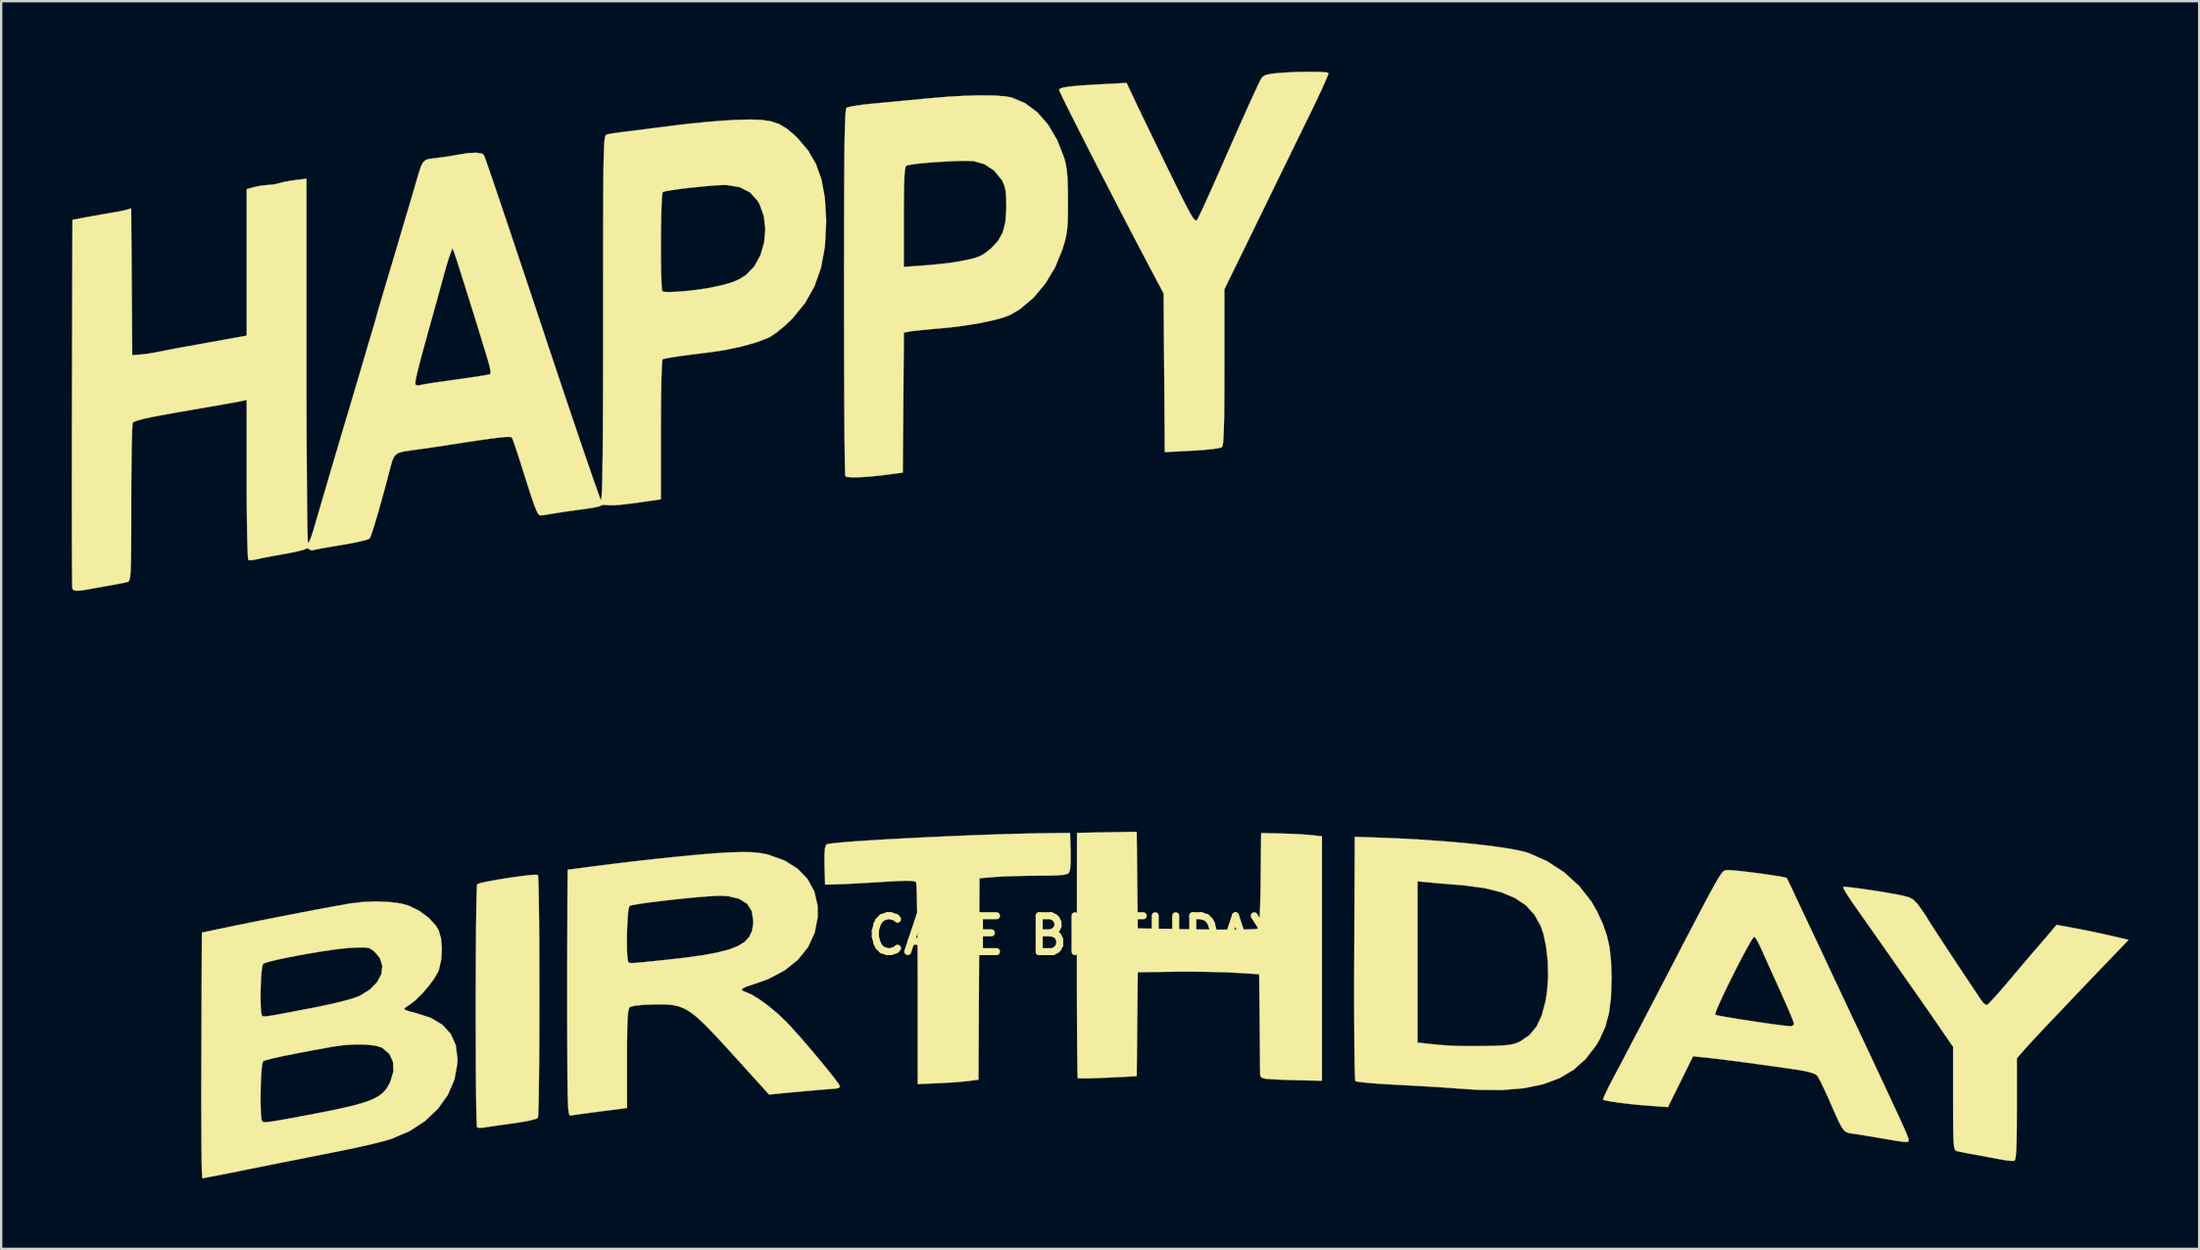
<source format=kicad_pcb>
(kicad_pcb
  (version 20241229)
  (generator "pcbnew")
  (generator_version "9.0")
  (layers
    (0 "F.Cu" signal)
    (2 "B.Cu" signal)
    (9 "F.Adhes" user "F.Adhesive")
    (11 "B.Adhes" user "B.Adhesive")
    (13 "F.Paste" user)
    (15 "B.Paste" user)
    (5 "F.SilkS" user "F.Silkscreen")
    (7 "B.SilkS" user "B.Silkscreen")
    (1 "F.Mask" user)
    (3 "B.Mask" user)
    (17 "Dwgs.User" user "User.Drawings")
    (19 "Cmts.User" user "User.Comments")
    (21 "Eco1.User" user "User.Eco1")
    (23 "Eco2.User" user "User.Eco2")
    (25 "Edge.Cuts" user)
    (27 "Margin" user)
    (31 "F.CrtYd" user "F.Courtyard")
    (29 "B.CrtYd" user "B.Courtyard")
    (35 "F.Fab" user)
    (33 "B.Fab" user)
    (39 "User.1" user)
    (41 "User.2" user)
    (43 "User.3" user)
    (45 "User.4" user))
  (footprint "CAKE BIRTHDAY"
    (layer "F.Cu")
    (at 42.662 36.738)
    (property "Reference" "CAKE BIRTHDAY" (at 0 0 0) (layer "F.SilkS") (effects (font (size 1.524 1.524) (thickness 0.3))))
    (attr through_hole)
    (fp_poly (pts (xy -22.847 -2.573) (xy -22.841 -2.571) (xy -22.828 -2.481) (xy -22.817 -2.239) (xy -22.807 -1.864) (xy -22.799 -1.373) (xy -22.792 -0.784) (xy -22.786 -0.115) (xy -22.782 0.616) (xy -22.779 1.392) (xy -22.778 2.195) (xy -22.778 3.006) (xy -22.78 3.809) (xy -22.783 4.584) (xy -22.787 5.315) (xy -22.793 5.984) (xy -22.8 6.572) (xy -22.809 7.062) (xy -22.819 7.435) (xy -22.83 7.675) (xy -22.842 7.763) (xy -22.946 7.812) (xy -23.184 7.873) (xy -23.519 7.937) (xy -23.917 7.998) (xy -23.92 7.998) (xy -24.337 8.055) (xy -24.709 8.108) (xy -24.996 8.151) (xy -25.15 8.176) (xy -25.334 8.188) (xy -25.425 8.159) (xy -25.437 8.065) (xy -25.448 7.819) (xy -25.457 7.44) (xy -25.464 6.945) (xy -25.471 6.353) (xy -25.476 5.68) (xy -25.479 4.946) (xy -25.481 4.168) (xy -25.482 3.364) (xy -25.482 2.551) (xy -25.48 1.748) (xy -25.477 0.973) (xy -25.472 0.244) (xy -25.466 -0.422) (xy -25.459 -1.007) (xy -25.451 -1.492) (xy -25.441 -1.86) (xy -25.43 -2.093) (xy -25.42 -2.172) (xy -25.321 -2.214) (xy -25.09 -2.27) (xy -24.764 -2.333) (xy -24.379 -2.4) (xy -23.971 -2.463) (xy -23.578 -2.518) (xy -23.235 -2.558) (xy -22.979 -2.579) (xy -22.847 -2.573)) (stroke (width 0.01) (type solid)) (fill yes) (layer "F.SilkS"))
    (fp_poly (pts (xy -0.187 -3.569) (xy -0.185 -3.119) (xy -0.211 -2.81) (xy -0.261 -2.658) (xy -0.343 -2.609) (xy -0.507 -2.574) (xy -0.778 -2.553) (xy -1.178 -2.542) (xy -1.564 -2.54) (xy -2.068 -2.536) (xy -2.577 -2.525) (xy -3.035 -2.508) (xy -3.385 -2.488) (xy -3.415 -2.485) (xy -4.062 -2.431) (xy -4.106 6.136) (xy -4.53 6.193) (xy -4.803 6.221) (xy -5.182 6.251) (xy -5.606 6.276) (xy -5.821 6.287) (xy -6.689 6.324) (xy -6.69 2.083) (xy -6.691 1.249) (xy -6.695 0.465) (xy -6.701 -0.251) (xy -6.709 -0.885) (xy -6.719 -1.418) (xy -6.729 -1.835) (xy -6.741 -2.119) (xy -6.754 -2.254) (xy -6.757 -2.262) (xy -6.822 -2.3) (xy -6.972 -2.321) (xy -7.228 -2.324) (xy -7.61 -2.31) (xy -8.131 -2.28) (xy -8.643 -2.248) (xy -9.148 -2.219) (xy -9.6 -2.195) (xy -9.947 -2.18) (xy -10.033 -2.177) (xy -10.626 -2.159) (xy -10.65 -2.972) (xy -10.654 -3.4) (xy -10.636 -3.68) (xy -10.593 -3.835) (xy -10.565 -3.869) (xy -10.45 -3.898) (xy -10.184 -3.93) (xy -9.784 -3.967) (xy -9.268 -4.006) (xy -8.653 -4.046) (xy -7.958 -4.088) (xy -7.2 -4.129) (xy -6.396 -4.17) (xy -5.564 -4.208) (xy -4.723 -4.244) (xy -3.89 -4.276) (xy -3.081 -4.303) (xy -2.316 -4.325) (xy -1.612 -4.34) (xy -1.397 -4.343) (xy -0.212 -4.36) (xy -0.187 -3.569)) (stroke (width 0.01) (type solid)) (fill yes) (layer "F.SilkS"))
    (fp_poly (pts (xy 2.644 -2.352) (xy 2.667 -0.296) (xy 5.165 -0.254) (xy 5.802 -0.246) (xy 6.386 -0.243) (xy 6.895 -0.245) (xy 7.307 -0.252) (xy 7.6 -0.263) (xy 7.752 -0.279) (xy 7.767 -0.284) (xy 7.803 -0.361) (xy 7.833 -0.543) (xy 7.856 -0.845) (xy 7.874 -1.28) (xy 7.887 -1.861) (xy 7.894 -2.355) (xy 7.916 -4.352) (xy 8.763 -4.333) (xy 9.186 -4.319) (xy 9.6 -4.299) (xy 9.942 -4.275) (xy 10.054 -4.264) (xy 10.499 -4.214) (xy 10.499 6.181) (xy 9.673 6.165) (xy 9.246 6.154) (xy 8.819 6.14) (xy 8.463 6.124) (xy 8.361 6.118) (xy 8.085 6.094) (xy 7.938 6.054) (xy 7.881 5.981) (xy 7.873 5.901) (xy 7.872 5.766) (xy 7.869 5.488) (xy 7.865 5.093) (xy 7.861 4.606) (xy 7.855 4.055) (xy 7.852 3.683) (xy 7.832 1.651) (xy 6.773 1.587) (xy 6.313 1.566) (xy 5.742 1.551) (xy 5.118 1.543) (xy 4.499 1.542) (xy 4.191 1.545) (xy 2.667 1.566) (xy 2.644 3.778) (xy 2.622 5.989) (xy 1.389 6.05) (xy 0.95 6.069) (xy 0.575 6.08) (xy 0.294 6.083) (xy 0.138 6.077) (xy 0.117 6.072) (xy 0.11 5.982) (xy 0.103 5.738) (xy 0.098 5.354) (xy 0.092 4.844) (xy 0.088 4.224) (xy 0.085 3.507) (xy 0.082 2.709) (xy 0.081 1.843) (xy 0.081 0.925) (xy 0.081 0.836) (xy 0.084 -4.36) (xy 1.353 -4.384) (xy 2.622 -4.407) (xy 2.644 -2.352)) (stroke (width 0.01) (type solid)) (fill yes) (layer "F.SilkS"))
    (fp_poly (pts (xy 12.742 -4.164) (xy 13.745 -4.125) (xy 14.729 -4.071) (xy 15.674 -4.004) (xy 16.56 -3.927) (xy 17.367 -3.842) (xy 18.075 -3.75) (xy 18.663 -3.654) (xy 19.112 -3.555) (xy 19.267 -3.51) (xy 20.058 -3.164) (xy 20.789 -2.689) (xy 21.431 -2.107) (xy 21.954 -1.444) (xy 22.201 -1.014) (xy 22.445 -0.482) (xy 22.617 0.01) (xy 22.729 0.513) (xy 22.791 1.077) (xy 22.814 1.75) (xy 22.814 1.863) (xy 22.789 2.652) (xy 22.702 3.316) (xy 22.546 3.892) (xy 22.311 4.416) (xy 22.147 4.693) (xy 21.716 5.254) (xy 21.207 5.711) (xy 20.608 6.069) (xy 19.909 6.331) (xy 19.1 6.499) (xy 18.17 6.577) (xy 17.109 6.569) (xy 16.298 6.514) (xy 15.972 6.489) (xy 15.518 6.458) (xy 14.976 6.425) (xy 14.389 6.392) (xy 13.798 6.361) (xy 13.765 6.359) (xy 13.233 6.329) (xy 12.758 6.297) (xy 12.366 6.264) (xy 12.084 6.233) (xy 11.937 6.206) (xy 11.923 6.2) (xy 11.911 6.105) (xy 11.9 5.855) (xy 11.89 5.465) (xy 11.883 4.951) (xy 11.879 4.56) (xy 14.563 4.56) (xy 15.007 4.609) (xy 15.479 4.657) (xy 15.909 4.688) (xy 16.351 4.705) (xy 16.859 4.71) (xy 17.441 4.705) (xy 17.923 4.695) (xy 18.273 4.678) (xy 18.525 4.648) (xy 18.717 4.601) (xy 18.885 4.532) (xy 18.939 4.505) (xy 19.323 4.24) (xy 19.622 3.881) (xy 19.846 3.409) (xy 20.006 2.805) (xy 20.074 2.381) (xy 20.118 1.769) (xy 20.103 1.121) (xy 20.035 0.492) (xy 19.918 -0.066) (xy 19.805 -0.395) (xy 19.537 -0.878) (xy 19.176 -1.275) (xy 18.707 -1.592) (xy 18.12 -1.837) (xy 17.4 -2.014) (xy 16.536 -2.13) (xy 16.256 -2.153) (xy 15.845 -2.185) (xy 15.426 -2.22) (xy 15.083 -2.251) (xy 15.05 -2.254) (xy 14.563 -2.303) (xy 14.563 4.56) (xy 11.879 4.56) (xy 11.877 4.326) (xy 11.873 3.606) (xy 11.871 2.806) (xy 11.871 1.939) (xy 11.874 1.022) (xy 11.874 0.969) (xy 11.896 -4.191) (xy 12.742 -4.164)) (stroke (width 0.01) (type solid)) (fill yes) (layer "F.SilkS"))
    (fp_poly (pts (xy 10.476 -36.725) (xy 10.696 -36.707) (xy 10.779 -36.682) (xy 10.753 -36.591) (xy 10.662 -36.371) (xy 10.516 -36.043) (xy 10.324 -35.631) (xy 10.096 -35.155) (xy 9.958 -34.872) (xy 9.649 -34.24) (xy 9.305 -33.537) (xy 8.955 -32.82) (xy 8.625 -32.144) (xy 8.345 -31.57) (xy 8.06 -30.984) (xy 7.748 -30.343) (xy 7.436 -29.703) (xy 7.15 -29.118) (xy 6.969 -28.749) (xy 6.35 -27.483) (xy 6.35 -24.166) (xy 6.349 -23.281) (xy 6.345 -22.553) (xy 6.338 -21.968) (xy 6.327 -21.515) (xy 6.313 -21.181) (xy 6.294 -20.952) (xy 6.27 -20.817) (xy 6.244 -20.764) (xy 6.124 -20.728) (xy 5.87 -20.69) (xy 5.515 -20.654) (xy 5.094 -20.624) (xy 4.978 -20.618) (xy 3.817 -20.557) (xy 3.793 -23.931) (xy 3.768 -27.305) (xy 3.207 -28.363) (xy 2.888 -28.969) (xy 2.543 -29.628) (xy 2.179 -30.326) (xy 1.806 -31.046) (xy 1.431 -31.773) (xy 1.062 -32.49) (xy 0.708 -33.181) (xy 0.377 -33.831) (xy 0.077 -34.424) (xy -0.184 -34.943) (xy -0.399 -35.372) (xy -0.557 -35.697) (xy -0.652 -35.9) (xy -0.677 -35.964) (xy -0.635 -36.018) (xy -0.498 -36.065) (xy -0.249 -36.105) (xy 0.127 -36.142) (xy 0.645 -36.178) (xy 1.075 -36.202) (xy 2.192 -36.261) (xy 2.526 -35.551) (xy 2.651 -35.288) (xy 2.837 -34.901) (xy 3.071 -34.415) (xy 3.34 -33.86) (xy 3.631 -33.26) (xy 3.931 -32.644) (xy 3.972 -32.559) (xy 4.29 -31.909) (xy 4.543 -31.398) (xy 4.74 -31.01) (xy 4.89 -30.731) (xy 5 -30.547) (xy 5.079 -30.443) (xy 5.135 -30.406) (xy 5.177 -30.419) (xy 5.196 -30.443) (xy 5.26 -30.563) (xy 5.381 -30.816) (xy 5.548 -31.178) (xy 5.751 -31.628) (xy 5.98 -32.141) (xy 6.181 -32.597) (xy 6.601 -33.551) (xy 6.97 -34.384) (xy 7.284 -35.088) (xy 7.542 -35.657) (xy 7.74 -36.085) (xy 7.875 -36.365) (xy 7.897 -36.407) (xy 7.981 -36.526) (xy 8.111 -36.6) (xy 8.333 -36.647) (xy 8.554 -36.672) (xy 8.93 -36.701) (xy 9.346 -36.721) (xy 9.765 -36.732) (xy 10.154 -36.733) (xy 10.476 -36.725)) (stroke (width 0.01) (type solid)) (fill yes) (layer "F.SilkS"))
    (fp_poly (pts (xy 33.004 -2.04) (xy 33.338 -1.998) (xy 33.734 -1.941) (xy 34.158 -1.876) (xy 34.576 -1.807) (xy 34.954 -1.739) (xy 35.154 -1.699) (xy 35.44 -1.627) (xy 35.634 -1.529) (xy 35.802 -1.36) (xy 35.937 -1.18) (xy 36.095 -0.956) (xy 36.204 -0.794) (xy 36.237 -0.736) (xy 36.282 -0.66) (xy 36.405 -0.466) (xy 36.592 -0.178) (xy 36.826 0.182) (xy 37.094 0.59) (xy 37.379 1.023) (xy 37.667 1.459) (xy 37.942 1.873) (xy 38.189 2.243) (xy 38.392 2.546) (xy 38.537 2.758) (xy 38.608 2.857) (xy 38.608 2.857) (xy 38.727 2.951) (xy 38.771 2.963) (xy 38.848 2.902) (xy 39.012 2.732) (xy 39.243 2.477) (xy 39.52 2.158) (xy 39.678 1.971) (xy 40.001 1.588) (xy 40.316 1.216) (xy 40.593 0.891) (xy 40.801 0.649) (xy 40.852 0.591) (xy 41.095 0.31) (xy 41.344 0.02) (xy 41.463 -0.121) (xy 41.736 -0.446) (xy 42.522 -0.303) (xy 42.991 -0.213) (xy 43.513 -0.104) (xy 43.985 0.000447) (xy 44.052 0.016) (xy 44.797 0.192) (xy 44.095 0.922) (xy 43.628 1.409) (xy 43.117 1.943) (xy 42.544 2.544) (xy 41.89 3.233) (xy 41.301 3.852) (xy 40.993 4.18) (xy 40.701 4.494) (xy 40.46 4.757) (xy 40.313 4.922) (xy 40.047 5.229) (xy 40.047 7.389) (xy 40.045 8.089) (xy 40.039 8.634) (xy 40.027 9.04) (xy 40.01 9.323) (xy 39.986 9.497) (xy 39.954 9.577) (xy 39.941 9.586) (xy 39.806 9.591) (xy 39.564 9.564) (xy 39.328 9.524) (xy 38.961 9.454) (xy 38.535 9.375) (xy 38.227 9.319) (xy 37.909 9.261) (xy 37.643 9.208) (xy 37.487 9.173) (xy 37.486 9.173) (xy 37.441 9.15) (xy 37.406 9.093) (xy 37.38 8.986) (xy 37.362 8.806) (xy 37.349 8.537) (xy 37.342 8.157) (xy 37.339 7.649) (xy 37.338 6.992) (xy 37.338 6.937) (xy 37.338 4.741) (xy 36.771 3.915) (xy 36.491 3.51) (xy 36.194 3.08) (xy 35.92 2.687) (xy 35.776 2.482) (xy 35.574 2.193) (xy 35.304 1.808) (xy 34.996 1.368) (xy 34.68 0.916) (xy 34.544 0.722) (xy 34.217 0.255) (xy 33.87 -0.24) (xy 33.537 -0.713) (xy 33.254 -1.115) (xy 33.173 -1.229) (xy 32.956 -1.545) (xy 32.787 -1.808) (xy 32.685 -1.99) (xy 32.665 -2.062) (xy 32.769 -2.063) (xy 33.004 -2.04)) (stroke (width 0.01) (type solid)) (fill yes) (layer "F.SilkS"))
    (fp_poly (pts (xy -3.415 -35.724) (xy -2.961 -35.689) (xy -2.699 -35.642) (xy -2.125 -35.401) (xy -1.602 -35.01) (xy -1.142 -34.481) (xy -0.757 -33.828) (xy -0.459 -33.066) (xy -0.458 -33.062) (xy -0.392 -32.807) (xy -0.346 -32.52) (xy -0.318 -32.163) (xy -0.304 -31.702) (xy -0.3 -31.242) (xy -0.302 -30.722) (xy -0.312 -30.33) (xy -0.335 -30.023) (xy -0.376 -29.761) (xy -0.439 -29.501) (xy -0.529 -29.201) (xy -0.531 -29.194) (xy -0.843 -28.426) (xy -1.262 -27.727) (xy -1.767 -27.123) (xy -2.337 -26.641) (xy -2.752 -26.396) (xy -3.075 -26.274) (xy -3.532 -26.152) (xy -4.088 -26.037) (xy -4.708 -25.936) (xy -5.356 -25.855) (xy -5.673 -25.826) (xy -6.116 -25.787) (xy -6.516 -25.749) (xy -6.833 -25.715) (xy -7.028 -25.69) (xy -7.047 -25.686) (xy -7.279 -25.641) (xy -7.301 -22.663) (xy -7.324 -19.685) (xy -8.086 -19.586) (xy -8.612 -19.527) (xy -9.07 -19.492) (xy -9.433 -19.482) (xy -9.676 -19.498) (xy -9.765 -19.53) (xy -9.773 -19.621) (xy -9.781 -19.869) (xy -9.788 -20.263) (xy -9.795 -20.79) (xy -9.802 -21.439) (xy -9.807 -22.198) (xy -9.812 -23.054) (xy -9.816 -23.996) (xy -9.819 -25.011) (xy -9.821 -26.088) (xy -9.821 -27.215) (xy -9.821 -27.351) (xy -9.821 -28.73) (xy -9.819 -29.948) (xy -9.818 -30.552) (xy -7.281 -30.552) (xy -7.281 -28.432) (xy -6.456 -28.493) (xy -6.041 -28.528) (xy -5.636 -28.569) (xy -5.306 -28.609) (xy -5.207 -28.623) (xy -4.731 -28.705) (xy -4.385 -28.778) (xy -4.128 -28.858) (xy -3.923 -28.958) (xy -3.73 -29.093) (xy -3.576 -29.219) (xy -3.277 -29.533) (xy -3.076 -29.893) (xy -2.962 -30.336) (xy -2.922 -30.898) (xy -2.921 -30.988) (xy -2.927 -31.392) (xy -2.951 -31.676) (xy -3.001 -31.888) (xy -3.086 -32.078) (xy -3.116 -32.132) (xy -3.437 -32.532) (xy -3.859 -32.808) (xy -4.306 -32.934) (xy -4.533 -32.946) (xy -4.868 -32.944) (xy -5.275 -32.93) (xy -5.717 -32.906) (xy -6.158 -32.875) (xy -6.561 -32.839) (xy -6.891 -32.8) (xy -7.111 -32.762) (xy -7.176 -32.74) (xy -7.21 -32.674) (xy -7.237 -32.517) (xy -7.257 -32.253) (xy -7.271 -31.867) (xy -7.278 -31.345) (xy -7.281 -30.671) (xy -7.281 -30.552) (xy -9.818 -30.552) (xy -9.817 -31.014) (xy -9.813 -31.936) (xy -9.808 -32.724) (xy -9.802 -33.385) (xy -9.794 -33.929) (xy -9.784 -34.364) (xy -9.772 -34.698) (xy -9.759 -34.94) (xy -9.743 -35.1) (xy -9.726 -35.185) (xy -9.716 -35.202) (xy -9.593 -35.243) (xy -9.34 -35.291) (xy -8.992 -35.339) (xy -8.594 -35.381) (xy -8.126 -35.424) (xy -7.555 -35.478) (xy -6.944 -35.536) (xy -6.359 -35.592) (xy -6.223 -35.605) (xy -5.42 -35.673) (xy -4.668 -35.715) (xy -3.992 -35.732) (xy -3.415 -35.724)) (stroke (width 0.01) (type solid)) (fill yes) (layer "F.SilkS"))
    (fp_poly (pts (xy 27.897 -2.773) (xy 28.163 -2.75) (xy 28.511 -2.711) (xy 28.904 -2.663) (xy 29.305 -2.609) (xy 29.678 -2.554) (xy 29.986 -2.505) (xy 30.193 -2.464) (xy 30.262 -2.441) (xy 30.306 -2.356) (xy 30.402 -2.159) (xy 30.529 -1.89) (xy 30.542 -1.863) (xy 30.699 -1.528) (xy 30.894 -1.113) (xy 31.093 -0.69) (xy 31.159 -0.55) (xy 31.365 -0.114) (xy 31.592 0.368) (xy 31.799 0.809) (xy 31.846 0.91) (xy 31.985 1.206) (xy 32.127 1.509) (xy 32.286 1.847) (xy 32.473 2.245) (xy 32.701 2.729) (xy 32.981 3.325) (xy 33.18 3.747) (xy 33.495 4.416) (xy 33.749 4.956) (xy 33.952 5.388) (xy 34.115 5.736) (xy 34.25 6.023) (xy 34.366 6.271) (xy 34.474 6.504) (xy 34.521 6.604) (xy 34.709 7.009) (xy 34.916 7.453) (xy 35.092 7.832) (xy 35.233 8.144) (xy 35.352 8.419) (xy 35.423 8.602) (xy 35.427 8.615) (xy 35.452 8.708) (xy 35.439 8.765) (xy 35.363 8.788) (xy 35.198 8.778) (xy 34.917 8.737) (xy 34.502 8.666) (xy 34.08 8.595) (xy 33.628 8.519) (xy 33.251 8.458) (xy 33.054 8.43) (xy 32.906 8.406) (xy 32.791 8.364) (xy 32.693 8.285) (xy 32.595 8.147) (xy 32.481 7.931) (xy 32.336 7.614) (xy 32.144 7.178) (xy 32.003 6.858) (xy 31.844 6.511) (xy 31.7 6.216) (xy 31.59 6.013) (xy 31.545 5.946) (xy 31.411 5.875) (xy 31.168 5.8) (xy 30.941 5.753) (xy 30.628 5.703) (xy 30.192 5.639) (xy 29.669 5.565) (xy 29.095 5.486) (xy 28.509 5.407) (xy 27.946 5.333) (xy 27.444 5.269) (xy 27.04 5.22) (xy 26.791 5.193) (xy 26.278 5.144) (xy 25.212 7.303) (xy 24.396 7.246) (xy 23.966 7.21) (xy 23.531 7.165) (xy 23.128 7.115) (xy 22.79 7.065) (xy 22.552 7.02) (xy 22.451 6.985) (xy 22.476 6.902) (xy 22.567 6.7) (xy 22.711 6.406) (xy 22.895 6.051) (xy 22.925 5.995) (xy 23.317 5.252) (xy 23.754 4.419) (xy 24.246 3.478) (xy 24.311 3.351) (xy 27.221 3.351) (xy 27.222 3.376) (xy 27.317 3.403) (xy 27.548 3.448) (xy 27.882 3.505) (xy 28.289 3.571) (xy 28.735 3.64) (xy 29.189 3.708) (xy 29.619 3.769) (xy 29.993 3.819) (xy 30.278 3.852) (xy 30.444 3.865) (xy 30.463 3.865) (xy 30.566 3.801) (xy 30.574 3.768) (xy 30.545 3.662) (xy 30.456 3.434) (xy 30.304 3.076) (xy 30.086 2.582) (xy 29.799 1.946) (xy 29.588 1.482) (xy 29.439 1.152) (xy 29.271 0.776) (xy 29.185 0.582) (xy 29.06 0.322) (xy 28.95 0.128) (xy 28.889 0.053) (xy 28.83 0.11) (xy 28.714 0.294) (xy 28.552 0.58) (xy 28.359 0.94) (xy 28.146 1.349) (xy 27.929 1.78) (xy 27.719 2.207) (xy 27.53 2.604) (xy 27.375 2.944) (xy 27.268 3.202) (xy 27.221 3.351) (xy 24.311 3.351) (xy 24.801 2.411) (xy 24.976 2.074) (xy 25.48 1.104) (xy 25.911 0.273) (xy 26.277 -0.429) (xy 26.583 -1.014) (xy 26.835 -1.492) (xy 27.04 -1.874) (xy 27.204 -2.171) (xy 27.332 -2.394) (xy 27.432 -2.553) (xy 27.509 -2.659) (xy 27.569 -2.724) (xy 27.62 -2.757) (xy 27.666 -2.77) (xy 27.714 -2.774) (xy 27.749 -2.777) (xy 27.897 -2.773)) (stroke (width 0.01) (type solid)) (fill yes) (layer "F.SilkS"))
    (fp_poly (pts (xy -13.751 -3.538) (xy -13.421 -3.508) (xy -13.122 -3.452) (xy -13.039 -3.431) (xy -12.355 -3.186) (xy -11.798 -2.838) (xy -11.373 -2.397) (xy -11.087 -1.87) (xy -10.947 -1.268) (xy -10.942 -0.777) (xy -11.072 -0.106) (xy -11.354 0.5) (xy -11.782 1.034) (xy -12.347 1.488) (xy -13.043 1.856) (xy -13.655 2.073) (xy -13.988 2.183) (xy -14.156 2.273) (xy -14.163 2.346) (xy -14.029 2.401) (xy -13.76 2.514) (xy -13.412 2.726) (xy -13.023 3.011) (xy -12.628 3.342) (xy -12.265 3.69) (xy -12.003 3.972) (xy -11.699 4.312) (xy -11.373 4.688) (xy -11.042 5.078) (xy -10.726 5.457) (xy -10.444 5.805) (xy -10.215 6.097) (xy -10.058 6.311) (xy -9.992 6.424) (xy -9.991 6.431) (xy -10.064 6.496) (xy -10.223 6.521) (xy -10.354 6.529) (xy -10.614 6.55) (xy -10.968 6.58) (xy -11.379 6.616) (xy -11.81 6.655) (xy -12.224 6.693) (xy -12.584 6.727) (xy -12.853 6.755) (xy -12.995 6.771) (xy -13.002 6.772) (xy -13.058 6.713) (xy -13.211 6.545) (xy -13.447 6.286) (xy -13.749 5.953) (xy -14.101 5.564) (xy -14.346 5.293) (xy -14.901 4.682) (xy -15.361 4.186) (xy -15.744 3.792) (xy -16.068 3.49) (xy -16.351 3.268) (xy -16.61 3.113) (xy -16.863 3.014) (xy -17.127 2.959) (xy -17.421 2.936) (xy -17.762 2.934) (xy -17.891 2.936) (xy -18.344 2.953) (xy -18.685 2.986) (xy -18.891 3.032) (xy -18.928 3.052) (xy -18.967 3.111) (xy -18.997 3.229) (xy -19.019 3.423) (xy -19.035 3.714) (xy -19.044 4.12) (xy -19.049 4.66) (xy -19.05 5.248) (xy -19.05 7.342) (xy -20.172 7.486) (xy -20.6 7.542) (xy -20.977 7.593) (xy -21.265 7.633) (xy -21.428 7.658) (xy -21.442 7.66) (xy -21.472 7.658) (xy -21.498 7.633) (xy -21.52 7.571) (xy -21.538 7.461) (xy -21.553 7.29) (xy -21.564 7.046) (xy -21.573 6.717) (xy -21.58 6.29) (xy -21.584 5.753) (xy -21.587 5.094) (xy -21.589 4.3) (xy -21.59 3.36) (xy -21.59 2.447) (xy -21.59 1.523) (xy -21.589 0.65) (xy -21.588 0.209) (xy -19.056 0.209) (xy -19.053 0.578) (xy -19.039 0.88) (xy -19.014 1.078) (xy -18.994 1.129) (xy -18.967 1.155) (xy -18.931 1.172) (xy -18.861 1.178) (xy -18.73 1.173) (xy -18.515 1.155) (xy -18.189 1.123) (xy -17.729 1.076) (xy -17.545 1.057) (xy -16.616 0.953) (xy -15.843 0.846) (xy -15.213 0.73) (xy -14.713 0.6) (xy -14.328 0.451) (xy -14.047 0.275) (xy -13.855 0.068) (xy -13.739 -0.176) (xy -13.686 -0.463) (xy -13.679 -0.607) (xy -13.741 -1.024) (xy -13.938 -1.34) (xy -14.271 -1.554) (xy -14.739 -1.668) (xy -15.042 -1.687) (xy -15.302 -1.68) (xy -15.67 -1.657) (xy -16.116 -1.62) (xy -16.61 -1.573) (xy -17.122 -1.519) (xy -17.624 -1.461) (xy -18.085 -1.403) (xy -18.475 -1.349) (xy -18.765 -1.3) (xy -18.926 -1.262) (xy -18.944 -1.252) (xy -18.981 -1.141) (xy -19.011 -0.901) (xy -19.034 -0.569) (xy -19.049 -0.186) (xy -19.056 0.209) (xy -21.588 0.209) (xy -21.587 -0.157) (xy -21.585 -0.882) (xy -21.583 -1.512) (xy -21.58 -2.033) (xy -21.577 -2.43) (xy -21.573 -2.688) (xy -21.569 -2.793) (xy -21.569 -2.795) (xy -21.482 -2.805) (xy -21.261 -2.834) (xy -20.94 -2.876) (xy -20.574 -2.924) (xy -19.69 -3.037) (xy -18.787 -3.145) (xy -17.893 -3.246) (xy -17.036 -3.336) (xy -16.244 -3.413) (xy -15.547 -3.473) (xy -14.971 -3.514) (xy -14.69 -3.529) (xy -14.159 -3.544) (xy -13.751 -3.538)) (stroke (width 0.01) (type solid)) (fill yes) (layer "F.SilkS"))
    (fp_poly (pts (xy -29.137 -1.419) (xy -28.65 -1.353) (xy -28.339 -1.269) (xy -27.887 -1.046) (xy -27.483 -0.747) (xy -27.175 -0.411) (xy -27.062 -0.223) (xy -26.959 0.131) (xy -26.923 0.572) (xy -26.952 1.032) (xy -27.045 1.444) (xy -27.091 1.562) (xy -27.257 1.846) (xy -27.5 2.173) (xy -27.781 2.497) (xy -28.06 2.771) (xy -28.296 2.95) (xy -28.312 2.959) (xy -28.469 3.06) (xy -28.533 3.134) (xy -28.457 3.181) (xy -28.262 3.245) (xy -28.046 3.298) (xy -27.405 3.502) (xy -26.907 3.798) (xy -26.55 4.186) (xy -26.334 4.667) (xy -26.259 5.242) (xy -26.265 5.457) (xy -26.392 6.144) (xy -26.673 6.79) (xy -27.093 7.379) (xy -27.64 7.896) (xy -28.298 8.325) (xy -29.055 8.65) (xy -29.142 8.678) (xy -29.448 8.765) (xy -29.879 8.872) (xy -30.389 8.989) (xy -30.937 9.107) (xy -31.35 9.191) (xy -31.904 9.3) (xy -32.573 9.433) (xy -33.307 9.579) (xy -34.054 9.728) (xy -34.765 9.87) (xy -34.968 9.911) (xy -35.539 10.026) (xy -36.055 10.129) (xy -36.493 10.215) (xy -36.83 10.28) (xy -37.042 10.319) (xy -37.106 10.329) (xy -37.117 10.247) (xy -37.127 10.01) (xy -37.135 9.632) (xy -37.142 9.129) (xy -37.147 8.513) (xy -37.15 7.801) (xy -37.152 7.006) (xy -37.152 6.844) (xy -34.633 6.844) (xy -34.631 7.235) (xy -34.619 7.568) (xy -34.596 7.807) (xy -34.565 7.91) (xy -34.524 7.935) (xy -34.449 7.946) (xy -34.319 7.939) (xy -34.11 7.911) (xy -33.802 7.86) (xy -33.373 7.783) (xy -32.801 7.676) (xy -32.766 7.669) (xy -31.924 7.507) (xy -31.232 7.364) (xy -30.674 7.233) (xy -30.231 7.107) (xy -29.888 6.98) (xy -29.626 6.845) (xy -29.429 6.695) (xy -29.28 6.523) (xy -29.161 6.323) (xy -29.117 6.231) (xy -28.983 5.784) (xy -28.998 5.381) (xy -29.157 5.042) (xy -29.456 4.785) (xy -29.487 4.768) (xy -29.745 4.689) (xy -30.126 4.645) (xy -30.586 4.637) (xy -31.082 4.667) (xy -31.538 4.729) (xy -32.386 4.883) (xy -33.103 5.019) (xy -33.683 5.136) (xy -34.119 5.231) (xy -34.401 5.305) (xy -34.523 5.352) (xy -34.559 5.463) (xy -34.589 5.706) (xy -34.612 6.042) (xy -34.627 6.434) (xy -34.633 6.844) (xy -37.152 6.844) (xy -37.151 6.142) (xy -37.149 5.225) (xy -37.148 5.105) (xy -37.138 2.635) (xy -34.634 2.635) (xy -34.628 2.98) (xy -34.611 3.248) (xy -34.581 3.401) (xy -34.571 3.416) (xy -34.545 3.436) (xy -34.498 3.446) (xy -34.412 3.444) (xy -34.268 3.426) (xy -34.045 3.389) (xy -33.723 3.331) (xy -33.284 3.249) (xy -32.707 3.138) (xy -32.385 3.077) (xy -31.755 2.947) (xy -31.206 2.819) (xy -30.767 2.698) (xy -30.463 2.592) (xy -30.418 2.572) (xy -29.987 2.306) (xy -29.677 1.991) (xy -29.496 1.649) (xy -29.453 1.302) (xy -29.556 0.972) (xy -29.738 0.743) (xy -29.87 0.625) (xy -29.987 0.552) (xy -30.132 0.517) (xy -30.346 0.51) (xy -30.673 0.523) (xy -30.818 0.531) (xy -31.144 0.559) (xy -31.562 0.612) (xy -32.041 0.683) (xy -32.551 0.767) (xy -33.06 0.859) (xy -33.539 0.952) (xy -33.955 1.041) (xy -34.28 1.121) (xy -34.481 1.185) (xy -34.523 1.207) (xy -34.561 1.318) (xy -34.592 1.557) (xy -34.615 1.883) (xy -34.63 2.256) (xy -34.634 2.635) (xy -37.138 2.635) (xy -37.126 -0.12) (xy -36.407 -0.271) (xy -35.591 -0.44) (xy -34.723 -0.615) (xy -33.838 -0.791) (xy -32.973 -0.96) (xy -32.163 -1.114) (xy -31.444 -1.247) (xy -30.853 -1.353) (xy -30.819 -1.359) (xy -30.272 -1.423) (xy -29.695 -1.443) (xy -29.137 -1.419)) (stroke (width 0.01) (type solid)) (fill yes) (layer "F.SilkS"))
    (fp_poly (pts (xy -13.329 -34.687) (xy -12.922 -34.626) (xy -12.582 -34.511) (xy -12.276 -34.331) (xy -11.97 -34.078) (xy -11.794 -33.908) (xy -11.351 -33.387) (xy -11.016 -32.808) (xy -10.782 -32.15) (xy -10.64 -31.389) (xy -10.585 -30.505) (xy -10.583 -30.314) (xy -10.636 -29.302) (xy -10.8 -28.406) (xy -11.08 -27.61) (xy -11.482 -26.896) (xy -12.014 -26.246) (xy -12.064 -26.194) (xy -12.377 -25.899) (xy -12.692 -25.642) (xy -12.96 -25.461) (xy -13.039 -25.42) (xy -13.573 -25.219) (xy -14.222 -25.038) (xy -14.931 -24.891) (xy -15.494 -24.808) (xy -16.232 -24.716) (xy -16.808 -24.639) (xy -17.22 -24.576) (xy -17.466 -24.528) (xy -17.538 -24.503) (xy -17.555 -24.411) (xy -17.571 -24.169) (xy -17.584 -23.797) (xy -17.596 -23.314) (xy -17.604 -22.741) (xy -17.609 -22.096) (xy -17.611 -21.504) (xy -17.611 -18.55) (xy -17.886 -18.509) (xy -18.517 -18.419) (xy -19.003 -18.355) (xy -19.366 -18.314) (xy -19.629 -18.296) (xy -19.813 -18.297) (xy -19.883 -18.304) (xy -20.066 -18.315) (xy -20.15 -18.289) (xy -20.151 -18.286) (xy -20.229 -18.251) (xy -20.438 -18.204) (xy -20.742 -18.153) (xy -20.934 -18.127) (xy -21.348 -18.071) (xy -21.759 -18.011) (xy -22.098 -17.959) (xy -22.176 -17.945) (xy -22.45 -17.9) (xy -22.661 -17.871) (xy -22.736 -17.865) (xy -22.786 -17.885) (xy -22.843 -17.957) (xy -22.912 -18.098) (xy -23.002 -18.327) (xy -23.117 -18.661) (xy -23.266 -19.119) (xy -23.456 -19.717) (xy -23.498 -19.854) (xy -23.638 -20.293) (xy -23.763 -20.673) (xy -23.863 -20.967) (xy -23.93 -21.145) (xy -23.949 -21.183) (xy -24.022 -21.203) (xy -24.192 -21.202) (xy -24.472 -21.177) (xy -24.875 -21.127) (xy -25.415 -21.05) (xy -26.105 -20.945) (xy -26.331 -20.91) (xy -26.832 -20.833) (xy -27.348 -20.756) (xy -27.819 -20.688) (xy -28.18 -20.639) (xy -28.544 -20.586) (xy -28.778 -20.521) (xy -28.924 -20.413) (xy -29.02 -20.227) (xy -29.107 -19.931) (xy -29.126 -19.854) (xy -29.31 -19.154) (xy -29.484 -18.515) (xy -29.642 -17.955) (xy -29.779 -17.493) (xy -29.89 -17.147) (xy -29.969 -16.936) (xy -30.001 -16.879) (xy -30.117 -16.83) (xy -30.367 -16.765) (xy -30.716 -16.691) (xy -31.131 -16.616) (xy -31.236 -16.599) (xy -31.657 -16.529) (xy -32.018 -16.466) (xy -32.284 -16.415) (xy -32.425 -16.382) (xy -32.437 -16.377) (xy -32.531 -16.398) (xy -32.556 -16.428) (xy -32.657 -16.469) (xy -32.71 -16.44) (xy -32.831 -16.394) (xy -33.079 -16.331) (xy -33.413 -16.262) (xy -33.655 -16.218) (xy -34.05 -16.148) (xy -34.413 -16.08) (xy -34.692 -16.023) (xy -34.791 -15.999) (xy -35.003 -15.961) (xy -35.142 -15.964) (xy -35.151 -15.968) (xy -35.166 -16.06) (xy -35.18 -16.302) (xy -35.193 -16.678) (xy -35.204 -17.168) (xy -35.212 -17.754) (xy -35.218 -18.419) (xy -35.221 -19.143) (xy -35.221 -19.395) (xy -35.221 -22.779) (xy -35.412 -22.735) (xy -35.58 -22.701) (xy -35.864 -22.648) (xy -36.212 -22.587) (xy -36.343 -22.564) (xy -37.036 -22.445) (xy -37.59 -22.349) (xy -38.031 -22.272) (xy -38.388 -22.209) (xy -38.686 -22.155) (xy -38.955 -22.106) (xy -39.22 -22.055) (xy -39.285 -22.043) (xy -39.618 -21.97) (xy -39.885 -21.895) (xy -40.044 -21.83) (xy -40.067 -21.811) (xy -40.081 -21.708) (xy -40.094 -21.454) (xy -40.105 -21.069) (xy -40.115 -20.571) (xy -40.123 -19.979) (xy -40.128 -19.311) (xy -40.131 -18.587) (xy -40.131 -18.4) (xy -40.131 -17.561) (xy -40.133 -16.875) (xy -40.137 -16.328) (xy -40.144 -15.902) (xy -40.154 -15.584) (xy -40.168 -15.356) (xy -40.187 -15.203) (xy -40.211 -15.109) (xy -40.241 -15.06) (xy -40.278 -15.038) (xy -40.28 -15.037) (xy -40.438 -15) (xy -40.702 -14.947) (xy -40.979 -14.897) (xy -41.34 -14.833) (xy -41.7 -14.768) (xy -41.91 -14.729) (xy -42.256 -14.672) (xy -42.47 -14.659) (xy -42.587 -14.691) (xy -42.633 -14.753) (xy -42.639 -14.852) (xy -42.644 -15.107) (xy -42.648 -15.508) (xy -42.651 -16.042) (xy -42.654 -16.698) (xy -42.656 -17.462) (xy -42.657 -18.324) (xy -42.657 -19.271) (xy -42.656 -20.29) (xy -42.655 -21.371) (xy -42.652 -22.501) (xy -42.652 -22.648) (xy -42.63 -30.436) (xy -42.079 -30.541) (xy -41.685 -30.613) (xy -41.261 -30.688) (xy -41.021 -30.728) (xy -40.713 -30.783) (xy -40.449 -30.836) (xy -40.324 -30.867) (xy -40.134 -30.923) (xy -40.112 -27.801) (xy -40.09 -24.68) (xy -39.751 -24.705) (xy -39.442 -24.74) (xy -39.103 -24.797) (xy -39.031 -24.811) (xy -38.783 -24.861) (xy -38.425 -24.93) (xy -38.014 -25.007) (xy -37.761 -25.053) (xy -37.269 -25.142) (xy -36.721 -25.24) (xy -36.212 -25.332) (xy -36.047 -25.362) (xy -35.221 -25.511) (xy -35.221 -31.742) (xy -34.904 -31.83) (xy -34.613 -31.891) (xy -34.335 -31.919) (xy -34.317 -31.919) (xy -34.056 -31.943) (xy -33.851 -31.993) (xy -33.658 -32.044) (xy -33.372 -32.097) (xy -33.168 -32.126) (xy -32.681 -32.186) (xy -32.681 -24.432) (xy -32.681 -23.303) (xy -32.679 -22.222) (xy -32.675 -21.203) (xy -32.671 -20.258) (xy -32.665 -19.397) (xy -32.658 -18.633) (xy -32.651 -17.978) (xy -32.643 -17.443) (xy -32.634 -17.041) (xy -32.625 -16.783) (xy -32.615 -16.681) (xy -32.614 -16.679) (xy -32.56 -16.755) (xy -32.479 -16.955) (xy -32.384 -17.242) (xy -32.356 -17.335) (xy -32.208 -17.845) (xy -32.022 -18.479) (xy -31.811 -19.2) (xy -31.584 -19.971) (xy -31.353 -20.754) (xy -31.128 -21.511) (xy -30.922 -22.205) (xy -30.803 -22.606) (xy -30.65 -23.119) (xy -30.53 -23.525) (xy -28.053 -23.525) (xy -28.051 -23.432) (xy -28.049 -23.428) (xy -27.947 -23.391) (xy -27.869 -23.403) (xy -27.722 -23.433) (xy -27.458 -23.478) (xy -27.128 -23.528) (xy -27.051 -23.539) (xy -26.385 -23.633) (xy -25.867 -23.707) (xy -25.48 -23.763) (xy -25.205 -23.806) (xy -25.023 -23.837) (xy -24.916 -23.86) (xy -24.864 -23.878) (xy -24.855 -23.885) (xy -24.852 -23.983) (xy -24.891 -24.189) (xy -24.931 -24.346) (xy -24.999 -24.576) (xy -25.106 -24.931) (xy -25.244 -25.381) (xy -25.403 -25.898) (xy -25.574 -26.451) (xy -25.75 -27.013) (xy -25.919 -27.554) (xy -26.074 -28.044) (xy -26.204 -28.455) (xy -26.302 -28.757) (xy -26.352 -28.905) (xy -26.47 -29.236) (xy -26.564 -28.99) (xy -26.614 -28.852) (xy -26.672 -28.673) (xy -26.745 -28.425) (xy -26.841 -28.082) (xy -26.969 -27.615) (xy -27.042 -27.347) (xy -27.114 -27.085) (xy -27.218 -26.709) (xy -27.341 -26.267) (xy -27.469 -25.81) (xy -27.477 -25.781) (xy -27.679 -25.052) (xy -27.835 -24.474) (xy -27.948 -24.034) (xy -28.019 -23.722) (xy -28.053 -23.525) (xy -30.53 -23.525) (xy -30.5 -23.625) (xy -30.365 -24.081) (xy -30.259 -24.443) (xy -30.214 -24.596) (xy -30.099 -24.989) (xy -29.975 -25.407) (xy -29.888 -25.696) (xy -29.799 -25.994) (xy -29.726 -26.247) (xy -29.692 -26.374) (xy -29.655 -26.51) (xy -29.577 -26.777) (xy -29.47 -27.142) (xy -29.342 -27.574) (xy -29.258 -27.855) (xy -29.108 -28.357) (xy -28.96 -28.854) (xy -28.828 -29.3) (xy -28.724 -29.65) (xy -28.692 -29.76) (xy -28.576 -30.153) (xy -28.452 -30.571) (xy -28.366 -30.861) (xy -28.261 -31.212) (xy -28.138 -31.631) (xy -28.029 -32.004) (xy -27.908 -32.42) (xy -27.815 -32.702) (xy -27.727 -32.878) (xy -27.622 -32.976) (xy -27.48 -33.025) (xy -27.277 -33.052) (xy -27.204 -33.06) (xy -26.848 -33.106) (xy -26.49 -33.162) (xy -26.331 -33.192) (xy -25.834 -33.273) (xy -25.457 -33.293) (xy -25.214 -33.251) (xy -25.133 -33.189) (xy -25.096 -33.092) (xy -25.009 -32.845) (xy -24.876 -32.461) (xy -24.703 -31.951) (xy -24.491 -31.327) (xy -24.246 -30.6) (xy -23.971 -29.782) (xy -23.671 -28.884) (xy -23.348 -27.919) (xy -23.007 -26.898) (xy -22.654 -25.836) (xy -22.3 -24.771) (xy -21.959 -23.751) (xy -21.636 -22.788) (xy -21.334 -21.894) (xy -21.058 -21.079) (xy -20.811 -20.356) (xy -20.598 -19.736) (xy -20.423 -19.23) (xy -20.288 -18.851) (xy -20.199 -18.609) (xy -20.159 -18.517) (xy -20.142 -18.551) (xy -20.127 -18.692) (xy -20.114 -18.947) (xy -20.102 -19.323) (xy -20.093 -19.823) (xy -20.084 -20.456) (xy -20.078 -21.226) (xy -20.073 -22.14) (xy -20.069 -23.203) (xy -20.067 -24.423) (xy -20.066 -25.803) (xy -20.066 -26.224) (xy -20.066 -27.551) (xy -20.065 -28.72) (xy -20.064 -29.502) (xy -17.61 -29.502) (xy -17.61 -28.985) (xy -17.605 -28.497) (xy -17.597 -28.065) (xy -17.584 -27.719) (xy -17.567 -27.486) (xy -17.547 -27.396) (xy -17.431 -27.37) (xy -17.185 -27.366) (xy -16.845 -27.383) (xy -16.448 -27.418) (xy -16.032 -27.467) (xy -15.633 -27.527) (xy -15.452 -27.561) (xy -14.938 -27.675) (xy -14.551 -27.791) (xy -14.25 -27.925) (xy -13.993 -28.09) (xy -13.987 -28.094) (xy -13.634 -28.461) (xy -13.376 -28.932) (xy -13.219 -29.47) (xy -13.168 -30.036) (xy -13.23 -30.591) (xy -13.411 -31.097) (xy -13.506 -31.26) (xy -13.829 -31.608) (xy -14.254 -31.826) (xy -14.787 -31.916) (xy -14.919 -31.919) (xy -15.193 -31.909) (xy -15.557 -31.882) (xy -15.972 -31.844) (xy -16.403 -31.798) (xy -16.812 -31.748) (xy -17.161 -31.698) (xy -17.414 -31.654) (xy -17.532 -31.62) (xy -17.554 -31.525) (xy -17.572 -31.289) (xy -17.587 -30.941) (xy -17.598 -30.508) (xy -17.606 -30.019) (xy -17.61 -29.502) (xy -20.064 -29.502) (xy -20.064 -29.739) (xy -20.062 -30.62) (xy -20.059 -31.372) (xy -20.055 -32.005) (xy -20.05 -32.531) (xy -20.043 -32.958) (xy -20.034 -33.297) (xy -20.024 -33.559) (xy -20.011 -33.753) (xy -19.996 -33.89) (xy -19.978 -33.98) (xy -19.958 -34.033) (xy -19.935 -34.059) (xy -19.918 -34.067) (xy -19.77 -34.096) (xy -19.502 -34.137) (xy -19.161 -34.183) (xy -19.008 -34.202) (xy -18.64 -34.247) (xy -18.159 -34.308) (xy -17.621 -34.376) (xy -17.081 -34.445) (xy -16.933 -34.464) (xy -16.354 -34.532) (xy -15.713 -34.595) (xy -15.083 -34.647) (xy -14.539 -34.682) (xy -14.478 -34.685) (xy -13.836 -34.704) (xy -13.329 -34.687)) (stroke (width 0.01) (type solid)) (fill yes) (layer "F.SilkS")))
  (gr_rect
    (start -3 -3)
    (end 90.463 50.073)
    (stroke (width 0.1) (type default))
    (fill no)
    (layer "Edge.Cuts")))
</source>
